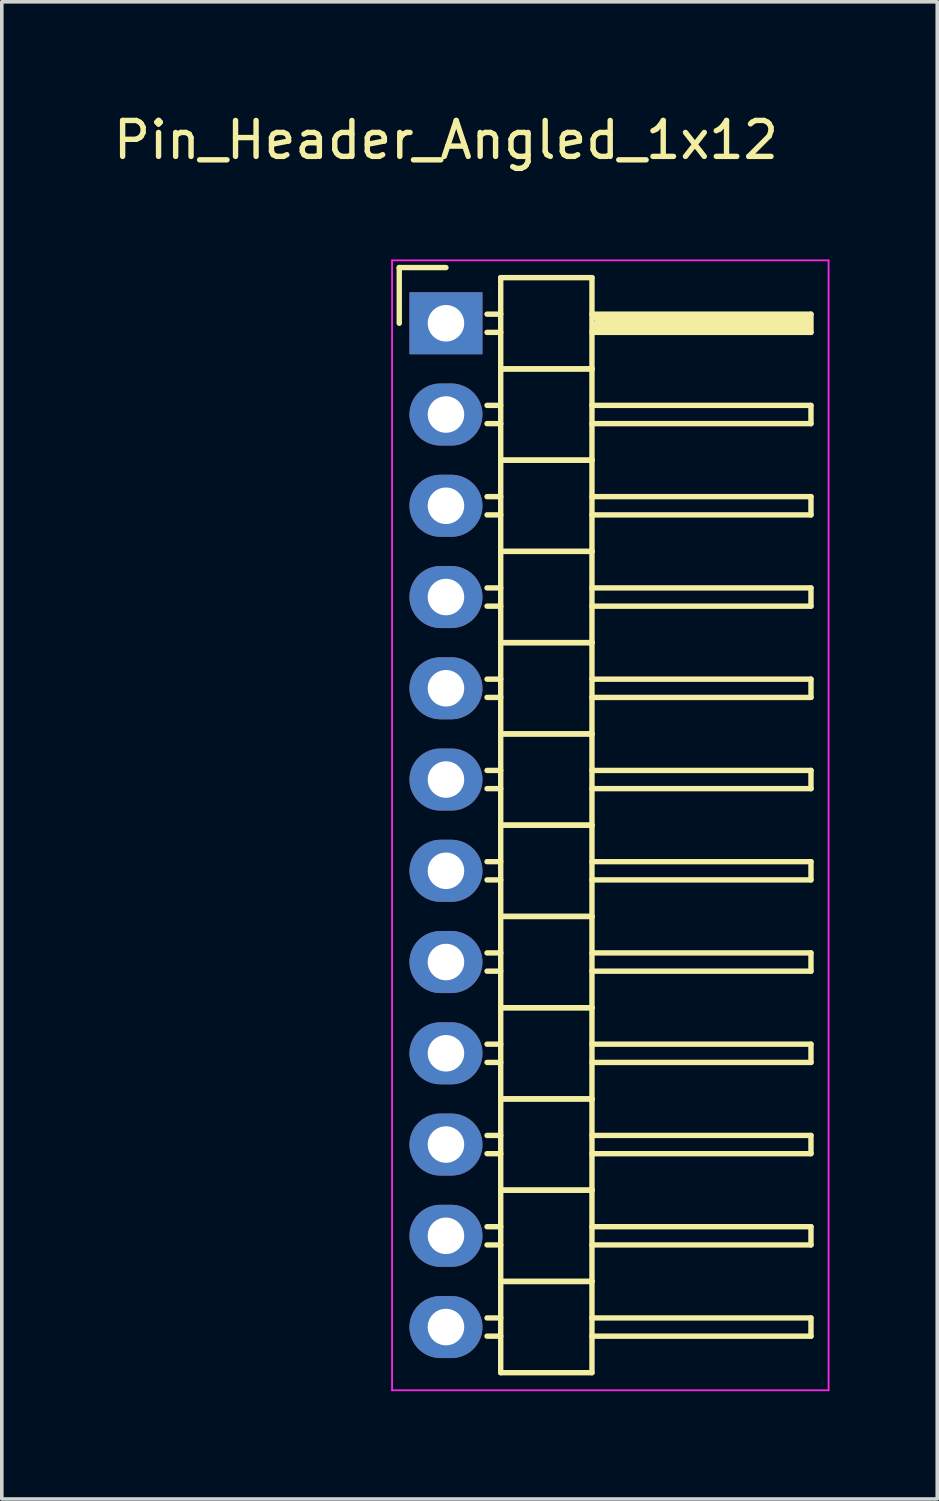
<source format=kicad_pcb>
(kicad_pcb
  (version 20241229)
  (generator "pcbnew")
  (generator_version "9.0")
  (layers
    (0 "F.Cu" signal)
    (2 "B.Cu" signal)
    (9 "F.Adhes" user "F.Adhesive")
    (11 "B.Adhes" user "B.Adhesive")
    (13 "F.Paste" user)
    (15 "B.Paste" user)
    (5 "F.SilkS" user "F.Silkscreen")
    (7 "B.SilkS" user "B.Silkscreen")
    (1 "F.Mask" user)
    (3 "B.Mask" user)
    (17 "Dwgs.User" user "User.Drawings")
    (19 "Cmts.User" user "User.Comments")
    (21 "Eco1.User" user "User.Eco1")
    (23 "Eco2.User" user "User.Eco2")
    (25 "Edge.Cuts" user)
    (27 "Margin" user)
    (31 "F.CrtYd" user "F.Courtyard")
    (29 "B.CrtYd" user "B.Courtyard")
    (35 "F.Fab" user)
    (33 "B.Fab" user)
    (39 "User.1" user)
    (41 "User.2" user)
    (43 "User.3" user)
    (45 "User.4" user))
  (footprint "Pin_Header_Angled_1x12"
    (layer "F.Cu")
    (at 9.363 5.948)
    (property "Reference" "Pin_Header_Angled_1x12" (at 0 -5.1 0) (layer "F.SilkS") (effects (font (size 1 1) (thickness 0.15))))
    (attr through_hole)
    (fp_line (start -1.3 -1.55) (end -1.3 0) (stroke (width 0.15) (type solid)) (layer "F.SilkS"))
    (fp_line (start 0 -1.55) (end -1.3 -1.55) (stroke (width 0.15) (type solid)) (layer "F.SilkS"))
    (fp_line (start 1.524 -1.27) (end 1.524 1.27) (stroke (width 0.15) (type solid)) (layer "F.SilkS"))
    (fp_line (start 1.524 -1.27) (end 4.064 -1.27) (stroke (width 0.15) (type solid)) (layer "F.SilkS"))
    (fp_line (start 1.524 -0.254) (end 1.143 -0.254) (stroke (width 0.15) (type solid)) (layer "F.SilkS"))
    (fp_line (start 1.524 0.254) (end 1.143 0.254) (stroke (width 0.15) (type solid)) (layer "F.SilkS"))
    (fp_line (start 1.524 1.27) (end 1.524 3.81) (stroke (width 0.15) (type solid)) (layer "F.SilkS"))
    (fp_line (start 1.524 1.27) (end 4.064 1.27) (stroke (width 0.15) (type solid)) (layer "F.SilkS"))
    (fp_line (start 1.524 1.27) (end 4.064 1.27) (stroke (width 0.15) (type solid)) (layer "F.SilkS"))
    (fp_line (start 1.524 2.286) (end 1.143 2.286) (stroke (width 0.15) (type solid)) (layer "F.SilkS"))
    (fp_line (start 1.524 2.794) (end 1.143 2.794) (stroke (width 0.15) (type solid)) (layer "F.SilkS"))
    (fp_line (start 1.524 3.81) (end 1.524 6.35) (stroke (width 0.15) (type solid)) (layer "F.SilkS"))
    (fp_line (start 1.524 3.81) (end 4.064 3.81) (stroke (width 0.15) (type solid)) (layer "F.SilkS"))
    (fp_line (start 1.524 3.81) (end 4.064 3.81) (stroke (width 0.15) (type solid)) (layer "F.SilkS"))
    (fp_line (start 1.524 4.826) (end 1.143 4.826) (stroke (width 0.15) (type solid)) (layer "F.SilkS"))
    (fp_line (start 1.524 5.334) (end 1.143 5.334) (stroke (width 0.15) (type solid)) (layer "F.SilkS"))
    (fp_line (start 1.524 6.35) (end 1.524 8.89) (stroke (width 0.15) (type solid)) (layer "F.SilkS"))
    (fp_line (start 1.524 6.35) (end 4.064 6.35) (stroke (width 0.15) (type solid)) (layer "F.SilkS"))
    (fp_line (start 1.524 6.35) (end 4.064 6.35) (stroke (width 0.15) (type solid)) (layer "F.SilkS"))
    (fp_line (start 1.524 7.366) (end 1.143 7.366) (stroke (width 0.15) (type solid)) (layer "F.SilkS"))
    (fp_line (start 1.524 7.874) (end 1.143 7.874) (stroke (width 0.15) (type solid)) (layer "F.SilkS"))
    (fp_line (start 1.524 8.89) (end 1.524 11.43) (stroke (width 0.15) (type solid)) (layer "F.SilkS"))
    (fp_line (start 1.524 8.89) (end 4.064 8.89) (stroke (width 0.15) (type solid)) (layer "F.SilkS"))
    (fp_line (start 1.524 8.89) (end 4.064 8.89) (stroke (width 0.15) (type solid)) (layer "F.SilkS"))
    (fp_line (start 1.524 9.906) (end 1.143 9.906) (stroke (width 0.15) (type solid)) (layer "F.SilkS"))
    (fp_line (start 1.524 10.414) (end 1.143 10.414) (stroke (width 0.15) (type solid)) (layer "F.SilkS"))
    (fp_line (start 1.524 11.43) (end 1.524 13.97) (stroke (width 0.15) (type solid)) (layer "F.SilkS"))
    (fp_line (start 1.524 11.43) (end 4.064 11.43) (stroke (width 0.15) (type solid)) (layer "F.SilkS"))
    (fp_line (start 1.524 11.43) (end 4.064 11.43) (stroke (width 0.15) (type solid)) (layer "F.SilkS"))
    (fp_line (start 1.524 12.446) (end 1.143 12.446) (stroke (width 0.15) (type solid)) (layer "F.SilkS"))
    (fp_line (start 1.524 12.954) (end 1.143 12.954) (stroke (width 0.15) (type solid)) (layer "F.SilkS"))
    (fp_line (start 1.524 13.97) (end 1.524 16.51) (stroke (width 0.15) (type solid)) (layer "F.SilkS"))
    (fp_line (start 1.524 13.97) (end 4.064 13.97) (stroke (width 0.15) (type solid)) (layer "F.SilkS"))
    (fp_line (start 1.524 13.97) (end 4.064 13.97) (stroke (width 0.15) (type solid)) (layer "F.SilkS"))
    (fp_line (start 1.524 14.986) (end 1.143 14.986) (stroke (width 0.15) (type solid)) (layer "F.SilkS"))
    (fp_line (start 1.524 15.494) (end 1.143 15.494) (stroke (width 0.15) (type solid)) (layer "F.SilkS"))
    (fp_line (start 1.524 16.51) (end 1.524 19.05) (stroke (width 0.15) (type solid)) (layer "F.SilkS"))
    (fp_line (start 1.524 16.51) (end 4.064 16.51) (stroke (width 0.15) (type solid)) (layer "F.SilkS"))
    (fp_line (start 1.524 16.51) (end 4.064 16.51) (stroke (width 0.15) (type solid)) (layer "F.SilkS"))
    (fp_line (start 1.524 17.526) (end 1.143 17.526) (stroke (width 0.15) (type solid)) (layer "F.SilkS"))
    (fp_line (start 1.524 18.034) (end 1.143 18.034) (stroke (width 0.15) (type solid)) (layer "F.SilkS"))
    (fp_line (start 1.524 19.05) (end 1.524 21.59) (stroke (width 0.15) (type solid)) (layer "F.SilkS"))
    (fp_line (start 1.524 19.05) (end 4.064 19.05) (stroke (width 0.15) (type solid)) (layer "F.SilkS"))
    (fp_line (start 1.524 19.05) (end 4.064 19.05) (stroke (width 0.15) (type solid)) (layer "F.SilkS"))
    (fp_line (start 1.524 20.066) (end 1.143 20.066) (stroke (width 0.15) (type solid)) (layer "F.SilkS"))
    (fp_line (start 1.524 20.574) (end 1.143 20.574) (stroke (width 0.15) (type solid)) (layer "F.SilkS"))
    (fp_line (start 1.524 21.59) (end 1.524 24.13) (stroke (width 0.15) (type solid)) (layer "F.SilkS"))
    (fp_line (start 1.524 21.59) (end 4.064 21.59) (stroke (width 0.15) (type solid)) (layer "F.SilkS"))
    (fp_line (start 1.524 21.59) (end 4.064 21.59) (stroke (width 0.15) (type solid)) (layer "F.SilkS"))
    (fp_line (start 1.524 22.606) (end 1.143 22.606) (stroke (width 0.15) (type solid)) (layer "F.SilkS"))
    (fp_line (start 1.524 23.114) (end 1.143 23.114) (stroke (width 0.15) (type solid)) (layer "F.SilkS"))
    (fp_line (start 1.524 24.13) (end 1.524 26.67) (stroke (width 0.15) (type solid)) (layer "F.SilkS"))
    (fp_line (start 1.524 24.13) (end 4.064 24.13) (stroke (width 0.15) (type solid)) (layer "F.SilkS"))
    (fp_line (start 1.524 24.13) (end 4.064 24.13) (stroke (width 0.15) (type solid)) (layer "F.SilkS"))
    (fp_line (start 1.524 25.146) (end 1.143 25.146) (stroke (width 0.15) (type solid)) (layer "F.SilkS"))
    (fp_line (start 1.524 25.654) (end 1.143 25.654) (stroke (width 0.15) (type solid)) (layer "F.SilkS"))
    (fp_line (start 1.524 26.67) (end 1.524 29.21) (stroke (width 0.15) (type solid)) (layer "F.SilkS"))
    (fp_line (start 1.524 26.67) (end 4.064 26.67) (stroke (width 0.15) (type solid)) (layer "F.SilkS"))
    (fp_line (start 1.524 26.67) (end 4.064 26.67) (stroke (width 0.15) (type solid)) (layer "F.SilkS"))
    (fp_line (start 1.524 27.686) (end 1.143 27.686) (stroke (width 0.15) (type solid)) (layer "F.SilkS"))
    (fp_line (start 1.524 28.194) (end 1.143 28.194) (stroke (width 0.15) (type solid)) (layer "F.SilkS"))
    (fp_line (start 1.524 29.21) (end 4.064 29.21) (stroke (width 0.15) (type solid)) (layer "F.SilkS"))
    (fp_line (start 4.064 -0.254) (end 10.16 -0.254) (stroke (width 0.15) (type solid)) (layer "F.SilkS"))
    (fp_line (start 4.064 1.27) (end 4.064 -1.27) (stroke (width 0.15) (type solid)) (layer "F.SilkS"))
    (fp_line (start 4.064 2.286) (end 10.16 2.286) (stroke (width 0.15) (type solid)) (layer "F.SilkS"))
    (fp_line (start 4.064 3.81) (end 4.064 1.27) (stroke (width 0.15) (type solid)) (layer "F.SilkS"))
    (fp_line (start 4.064 4.826) (end 10.16 4.826) (stroke (width 0.15) (type solid)) (layer "F.SilkS"))
    (fp_line (start 4.064 6.35) (end 4.064 3.81) (stroke (width 0.15) (type solid)) (layer "F.SilkS"))
    (fp_line (start 4.064 7.366) (end 10.16 7.366) (stroke (width 0.15) (type solid)) (layer "F.SilkS"))
    (fp_line (start 4.064 8.89) (end 4.064 6.35) (stroke (width 0.15) (type solid)) (layer "F.SilkS"))
    (fp_line (start 4.064 9.906) (end 10.16 9.906) (stroke (width 0.15) (type solid)) (layer "F.SilkS"))
    (fp_line (start 4.064 11.43) (end 4.064 8.89) (stroke (width 0.15) (type solid)) (layer "F.SilkS"))
    (fp_line (start 4.064 12.446) (end 10.16 12.446) (stroke (width 0.15) (type solid)) (layer "F.SilkS"))
    (fp_line (start 4.064 13.97) (end 4.064 11.43) (stroke (width 0.15) (type solid)) (layer "F.SilkS"))
    (fp_line (start 4.064 14.986) (end 10.16 14.986) (stroke (width 0.15) (type solid)) (layer "F.SilkS"))
    (fp_line (start 4.064 16.51) (end 4.064 13.97) (stroke (width 0.15) (type solid)) (layer "F.SilkS"))
    (fp_line (start 4.064 17.526) (end 10.16 17.526) (stroke (width 0.15) (type solid)) (layer "F.SilkS"))
    (fp_line (start 4.064 19.05) (end 4.064 16.51) (stroke (width 0.15) (type solid)) (layer "F.SilkS"))
    (fp_line (start 4.064 20.066) (end 10.16 20.066) (stroke (width 0.15) (type solid)) (layer "F.SilkS"))
    (fp_line (start 4.064 21.59) (end 4.064 19.05) (stroke (width 0.15) (type solid)) (layer "F.SilkS"))
    (fp_line (start 4.064 22.606) (end 10.16 22.606) (stroke (width 0.15) (type solid)) (layer "F.SilkS"))
    (fp_line (start 4.064 24.13) (end 4.064 21.59) (stroke (width 0.15) (type solid)) (layer "F.SilkS"))
    (fp_line (start 4.064 25.146) (end 10.16 25.146) (stroke (width 0.15) (type solid)) (layer "F.SilkS"))
    (fp_line (start 4.064 26.67) (end 4.064 24.13) (stroke (width 0.15) (type solid)) (layer "F.SilkS"))
    (fp_line (start 4.064 27.686) (end 10.16 27.686) (stroke (width 0.15) (type solid)) (layer "F.SilkS"))
    (fp_line (start 4.064 29.21) (end 4.064 26.67) (stroke (width 0.15) (type solid)) (layer "F.SilkS"))
    (fp_line (start 4.191 -0.127) (end 10.033 -0.127) (stroke (width 0.15) (type solid)) (layer "F.SilkS"))
    (fp_line (start 4.191 0) (end 10.033 0) (stroke (width 0.15) (type solid)) (layer "F.SilkS"))
    (fp_line (start 4.191 0.127) (end 4.191 0) (stroke (width 0.15) (type solid)) (layer "F.SilkS"))
    (fp_line (start 10.033 -0.127) (end 10.033 0.127) (stroke (width 0.15) (type solid)) (layer "F.SilkS"))
    (fp_line (start 10.033 0.127) (end 4.191 0.127) (stroke (width 0.15) (type solid)) (layer "F.SilkS"))
    (fp_line (start 10.16 -0.254) (end 10.16 0.254) (stroke (width 0.15) (type solid)) (layer "F.SilkS"))
    (fp_line (start 10.16 0.254) (end 4.064 0.254) (stroke (width 0.15) (type solid)) (layer "F.SilkS"))
    (fp_line (start 10.16 2.286) (end 10.16 2.794) (stroke (width 0.15) (type solid)) (layer "F.SilkS"))
    (fp_line (start 10.16 2.794) (end 4.064 2.794) (stroke (width 0.15) (type solid)) (layer "F.SilkS"))
    (fp_line (start 10.16 4.826) (end 10.16 5.334) (stroke (width 0.15) (type solid)) (layer "F.SilkS"))
    (fp_line (start 10.16 5.334) (end 4.064 5.334) (stroke (width 0.15) (type solid)) (layer "F.SilkS"))
    (fp_line (start 10.16 7.366) (end 10.16 7.874) (stroke (width 0.15) (type solid)) (layer "F.SilkS"))
    (fp_line (start 10.16 7.874) (end 4.064 7.874) (stroke (width 0.15) (type solid)) (layer "F.SilkS"))
    (fp_line (start 10.16 9.906) (end 10.16 10.414) (stroke (width 0.15) (type solid)) (layer "F.SilkS"))
    (fp_line (start 10.16 10.414) (end 4.064 10.414) (stroke (width 0.15) (type solid)) (layer "F.SilkS"))
    (fp_line (start 10.16 12.446) (end 10.16 12.954) (stroke (width 0.15) (type solid)) (layer "F.SilkS"))
    (fp_line (start 10.16 12.954) (end 4.064 12.954) (stroke (width 0.15) (type solid)) (layer "F.SilkS"))
    (fp_line (start 10.16 14.986) (end 10.16 15.494) (stroke (width 0.15) (type solid)) (layer "F.SilkS"))
    (fp_line (start 10.16 15.494) (end 4.064 15.494) (stroke (width 0.15) (type solid)) (layer "F.SilkS"))
    (fp_line (start 10.16 17.526) (end 10.16 18.034) (stroke (width 0.15) (type solid)) (layer "F.SilkS"))
    (fp_line (start 10.16 18.034) (end 4.064 18.034) (stroke (width 0.15) (type solid)) (layer "F.SilkS"))
    (fp_line (start 10.16 20.066) (end 10.16 20.574) (stroke (width 0.15) (type solid)) (layer "F.SilkS"))
    (fp_line (start 10.16 20.574) (end 4.064 20.574) (stroke (width 0.15) (type solid)) (layer "F.SilkS"))
    (fp_line (start 10.16 22.606) (end 10.16 23.114) (stroke (width 0.15) (type solid)) (layer "F.SilkS"))
    (fp_line (start 10.16 23.114) (end 4.064 23.114) (stroke (width 0.15) (type solid)) (layer "F.SilkS"))
    (fp_line (start 10.16 25.146) (end 10.16 25.654) (stroke (width 0.15) (type solid)) (layer "F.SilkS"))
    (fp_line (start 10.16 25.654) (end 4.064 25.654) (stroke (width 0.15) (type solid)) (layer "F.SilkS"))
    (fp_line (start 10.16 27.686) (end 10.16 28.194) (stroke (width 0.15) (type solid)) (layer "F.SilkS"))
    (fp_line (start 10.16 28.194) (end 4.064 28.194) (stroke (width 0.15) (type solid)) (layer "F.SilkS"))
    (fp_line (start -1.5 -1.75) (end -1.5 29.7) (stroke (width 0.05) (type solid)) (layer "F.CrtYd"))
    (fp_line (start -1.5 -1.75) (end 10.65 -1.75) (stroke (width 0.05) (type solid)) (layer "F.CrtYd"))
    (fp_line (start -1.5 29.7) (end 10.65 29.7) (stroke (width 0.05) (type solid)) (layer "F.CrtYd"))
    (fp_line (start 10.65 -1.75) (end 10.65 29.7) (stroke (width 0.05) (type solid)) (layer "F.CrtYd"))
    (pad "1" thru_hole rect (at 0 0) (size 2.032 1.727) (drill 1.016) (layers "*.Cu" "*.Mask"))
    (pad "2" thru_hole oval (at 0 2.54) (size 2.032 1.727) (drill 1.016) (layers "*.Cu" "*.Mask"))
    (pad "3" thru_hole oval (at 0 5.08) (size 2.032 1.727) (drill 1.016) (layers "*.Cu" "*.Mask"))
    (pad "4" thru_hole oval (at 0 7.62) (size 2.032 1.727) (drill 1.016) (layers "*.Cu" "*.Mask"))
    (pad "5" thru_hole oval (at 0 10.16) (size 2.032 1.727) (drill 1.016) (layers "*.Cu" "*.Mask"))
    (pad "6" thru_hole oval (at 0 12.7) (size 2.032 1.727) (drill 1.016) (layers "*.Cu" "*.Mask"))
    (pad "7" thru_hole oval (at 0 15.24) (size 2.032 1.727) (drill 1.016) (layers "*.Cu" "*.Mask"))
    (pad "8" thru_hole oval (at 0 17.78) (size 2.032 1.727) (drill 1.016) (layers "*.Cu" "*.Mask"))
    (pad "9" thru_hole oval (at 0 20.32) (size 2.032 1.727) (drill 1.016) (layers "*.Cu" "*.Mask"))
    (pad "10" thru_hole oval (at 0 22.86) (size 2.032 1.727) (drill 1.016) (layers "*.Cu" "*.Mask"))
    (pad "11" thru_hole oval (at 0 25.4) (size 2.032 1.727) (drill 1.016) (layers "*.Cu" "*.Mask"))
    (pad "12" thru_hole oval (at 0 27.94) (size 2.032 1.727) (drill 1.016) (layers "*.Cu" "*.Mask")))
  (gr_rect
    (start -3 -3)
    (end 23.038 38.673)
    (stroke (width 0.1) (type default))
    (fill no)
    (layer "Edge.Cuts")))
</source>
